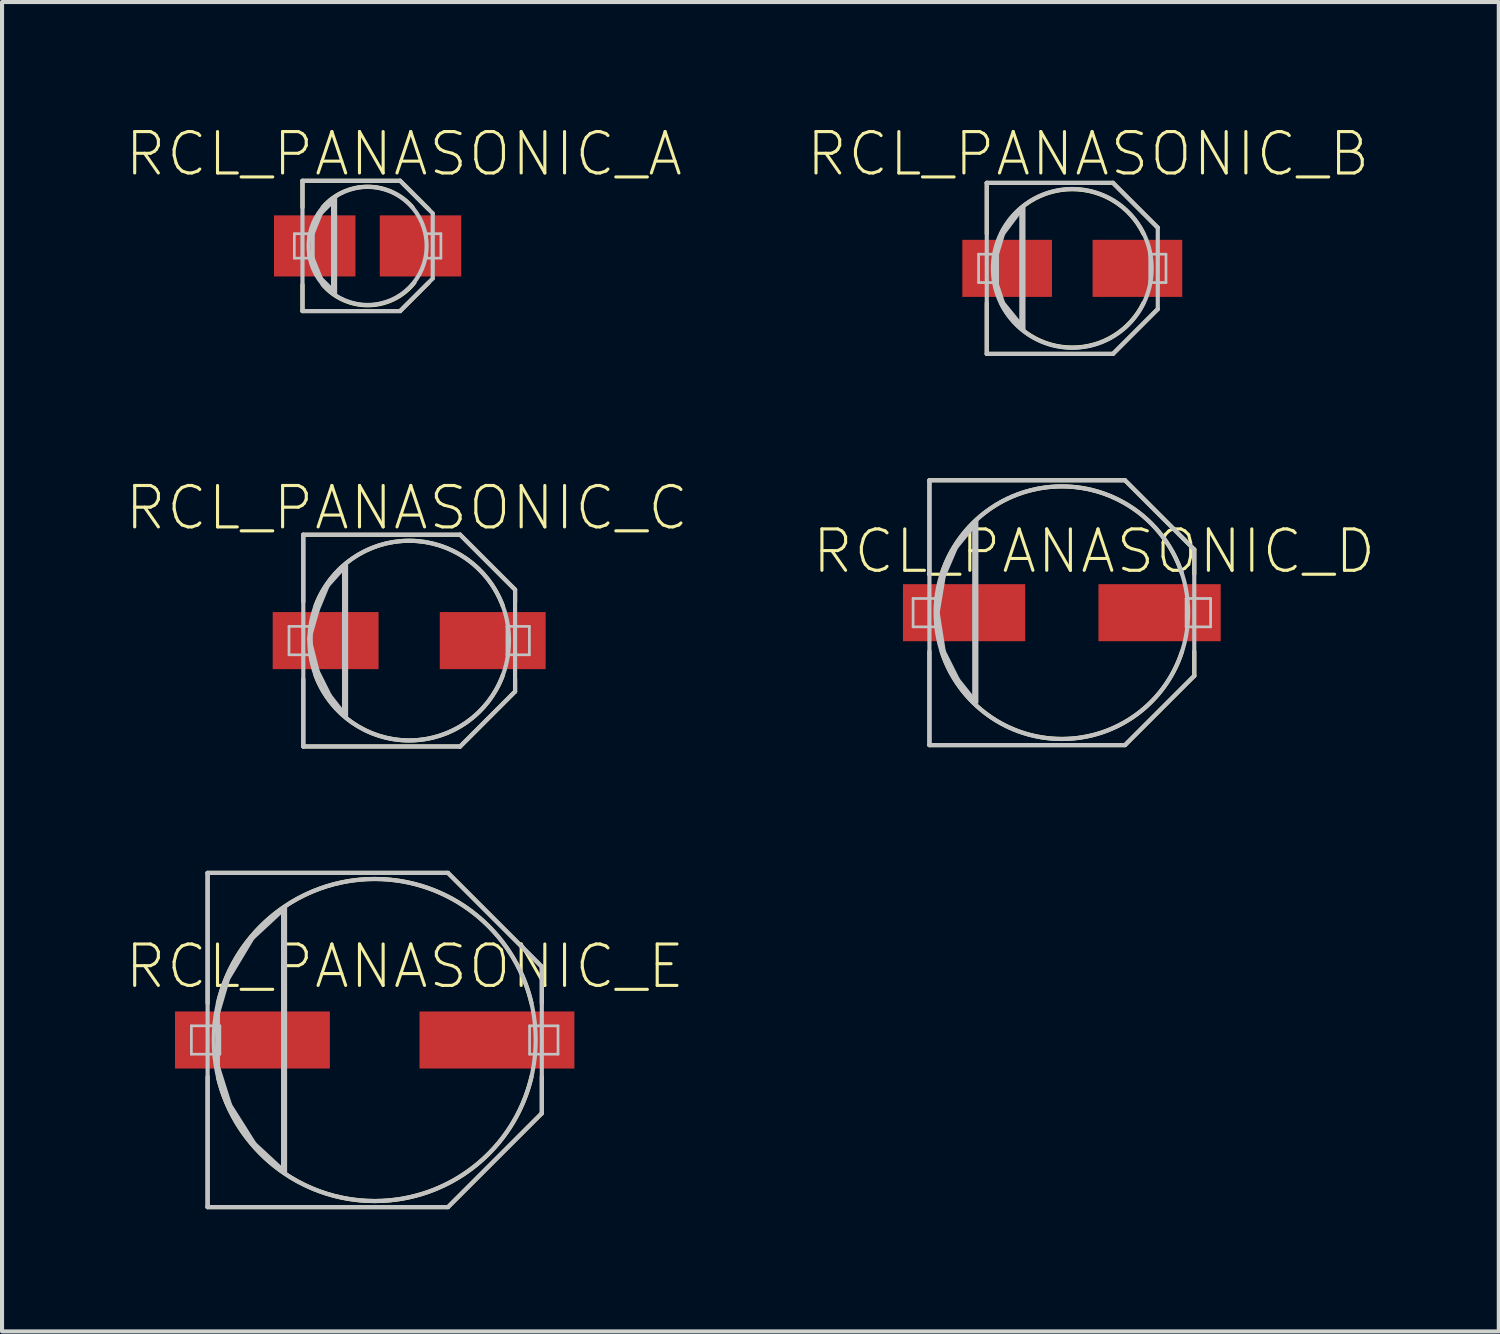
<source format=kicad_pcb>
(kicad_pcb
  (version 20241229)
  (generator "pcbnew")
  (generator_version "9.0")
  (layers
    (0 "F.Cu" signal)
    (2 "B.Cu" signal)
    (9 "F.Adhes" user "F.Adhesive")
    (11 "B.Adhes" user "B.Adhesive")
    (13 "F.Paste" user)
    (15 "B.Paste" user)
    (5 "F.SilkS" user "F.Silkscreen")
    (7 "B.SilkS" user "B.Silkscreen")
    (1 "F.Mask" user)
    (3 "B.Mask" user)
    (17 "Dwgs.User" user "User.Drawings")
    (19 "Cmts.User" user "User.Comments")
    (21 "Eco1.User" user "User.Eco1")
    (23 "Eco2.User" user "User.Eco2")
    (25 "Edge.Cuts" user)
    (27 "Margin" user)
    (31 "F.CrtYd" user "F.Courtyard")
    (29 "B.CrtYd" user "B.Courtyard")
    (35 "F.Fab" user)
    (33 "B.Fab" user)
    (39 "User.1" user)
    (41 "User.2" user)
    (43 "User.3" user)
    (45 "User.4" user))
  (footprint "RCL_PANASONIC_E"
    (layer "F.Cu")
    (at 6.144 22.468)
    (property "Reference" "RCL_PANASONIC_E" (at 0.739 -1.806 0) (layer "F.SilkS") (effects (font (size 1.016 1.016) (thickness 0.076))))
    (attr smd)
    (fp_line (start -4.1 -4.1) (end 1.798 -4.1) (stroke (width 0.102) (type solid)) (layer "F.SilkS"))
    (fp_line (start -4.1 -0.899) (end -4.1 -4.1) (stroke (width 0.102) (type solid)) (layer "F.SilkS"))
    (fp_line (start -4.1 4.1) (end -4.1 0.899) (stroke (width 0.102) (type solid)) (layer "F.SilkS"))
    (fp_line (start 1.798 -4.1) (end 4.1 -1.798) (stroke (width 0.102) (type solid)) (layer "F.SilkS"))
    (fp_line (start 1.798 4.1) (end -4.1 4.1) (stroke (width 0.102) (type solid)) (layer "F.SilkS"))
    (fp_line (start 4.1 -1.798) (end 4.1 -0.899) (stroke (width 0.102) (type solid)) (layer "F.SilkS"))
    (fp_line (start 4.1 0.899) (end 4.1 1.798) (stroke (width 0.102) (type solid)) (layer "F.SilkS"))
    (fp_line (start 4.1 1.798) (end 1.798 4.1) (stroke (width 0.102) (type solid)) (layer "F.SilkS"))
    (fp_arc (start -3.8481 -0.89916) (mid -0.003314 -3.951753) (end 3.846587 -0.905612) (stroke (width 0.1016) (type solid)) (layer "F.SilkS"))
    (fp_arc (start 3.8481 0.89916) (mid 0.003314 3.951753) (end -3.846587 0.905612) (stroke (width 0.1016) (type solid)) (layer "F.SilkS"))
    (fp_line (start -4.498 -0.348) (end -3.8 -0.348) (stroke (width 0.066) (type solid)) (layer "Dwgs.User"))
    (fp_line (start -4.498 0.348) (end -4.498 -0.348) (stroke (width 0.066) (type solid)) (layer "Dwgs.User"))
    (fp_line (start -4.498 0.348) (end -3.8 0.348) (stroke (width 0.066) (type solid)) (layer "Dwgs.User"))
    (fp_line (start -4.1 -4.1) (end 1.798 -4.1) (stroke (width 0.102) (type solid)) (layer "Dwgs.User"))
    (fp_line (start -4.1 4.1) (end -4.1 -4.1) (stroke (width 0.102) (type solid)) (layer "Dwgs.User"))
    (fp_line (start -3.848 -0.648) (end -3.848 0.648) (stroke (width 0.102) (type solid)) (layer "Dwgs.User"))
    (fp_line (start -3.848 0.648) (end -3.548 1.598) (stroke (width 0.102) (type solid)) (layer "Dwgs.User"))
    (fp_line (start -3.8 0.348) (end -3.8 -0.348) (stroke (width 0.066) (type solid)) (layer "Dwgs.User"))
    (fp_line (start -3.599 -1.499) (end -3.848 -0.648) (stroke (width 0.102) (type solid)) (layer "Dwgs.User"))
    (fp_line (start -3.548 1.598) (end -2.949 2.548) (stroke (width 0.102) (type solid)) (layer "Dwgs.User"))
    (fp_line (start -3 -2.499) (end -3.599 -1.499) (stroke (width 0.102) (type solid)) (layer "Dwgs.User"))
    (fp_line (start -2.949 2.548) (end -2.248 3.198) (stroke (width 0.102) (type solid)) (layer "Dwgs.User"))
    (fp_line (start -2.248 -3.198) (end -3 -2.499) (stroke (width 0.102) (type solid)) (layer "Dwgs.User"))
    (fp_line (start -2.248 -3.15) (end -2.248 -3.198) (stroke (width 0.102) (type solid)) (layer "Dwgs.User"))
    (fp_line (start -2.248 3.198) (end -2.248 -3.15) (stroke (width 0.102) (type solid)) (layer "Dwgs.User"))
    (fp_line (start -2.2 -3.249) (end -2.2 3.249) (stroke (width 0.102) (type solid)) (layer "Dwgs.User"))
    (fp_line (start 1.798 -4.1) (end 4.1 -1.798) (stroke (width 0.102) (type solid)) (layer "Dwgs.User"))
    (fp_line (start 1.798 4.1) (end -4.1 4.1) (stroke (width 0.102) (type solid)) (layer "Dwgs.User"))
    (fp_line (start 3.8 -0.348) (end 4.498 -0.348) (stroke (width 0.066) (type solid)) (layer "Dwgs.User"))
    (fp_line (start 3.8 0.348) (end 3.8 -0.348) (stroke (width 0.066) (type solid)) (layer "Dwgs.User"))
    (fp_line (start 3.8 0.348) (end 4.498 0.348) (stroke (width 0.066) (type solid)) (layer "Dwgs.User"))
    (fp_line (start 4.1 -1.798) (end 4.1 1.798) (stroke (width 0.102) (type solid)) (layer "Dwgs.User"))
    (fp_line (start 4.1 1.798) (end 1.798 4.1) (stroke (width 0.102) (type solid)) (layer "Dwgs.User"))
    (fp_line (start 4.498 0.348) (end 4.498 -0.348) (stroke (width 0.066) (type solid)) (layer "Dwgs.User"))
    (fp_circle (center 0 0) (end 0 -3.95) (stroke (width 0.102) (type solid)) (fill no) (layer "Dwgs.User"))
    (pad "+" smd rect (at 3 0) (size 3.8 1.4) (layers "F.Cu" "F.Mask" "F.Paste"))
    (pad "-" smd rect (at -3 0) (size 3.8 1.4) (layers "F.Cu" "F.Mask" "F.Paste")))
  (footprint "RCL_PANASONIC_D"
    (layer "F.Cu")
    (at 23.004 11.983)
    (property "Reference" "RCL_PANASONIC_D" (at 0.79 -1.506 0) (layer "F.SilkS") (effects (font (size 1.016 1.016) (thickness 0.076))))
    (attr smd)
    (fp_line (start -3.249 -3.249) (end 1.549 -3.249) (stroke (width 0.102) (type solid)) (layer "F.SilkS"))
    (fp_line (start -3.249 -0.95) (end -3.249 -3.249) (stroke (width 0.102) (type solid)) (layer "F.SilkS"))
    (fp_line (start -3.249 3.249) (end -3.249 0.95) (stroke (width 0.102) (type solid)) (layer "F.SilkS"))
    (fp_line (start 1.549 -3.249) (end 3.249 -1.549) (stroke (width 0.102) (type solid)) (layer "F.SilkS"))
    (fp_line (start 1.549 3.249) (end -3.249 3.249) (stroke (width 0.102) (type solid)) (layer "F.SilkS"))
    (fp_line (start 3.249 -1.549) (end 3.249 -0.95) (stroke (width 0.102) (type solid)) (layer "F.SilkS"))
    (fp_line (start 3.249 0.95) (end 3.249 1.549) (stroke (width 0.102) (type solid)) (layer "F.SilkS"))
    (fp_line (start 3.249 1.549) (end 1.549 3.249) (stroke (width 0.102) (type solid)) (layer "F.SilkS"))
    (fp_arc (start -2.94894 -0.94996) (mid -0.0024 -3.098171) (end 2.947465 -0.954527) (stroke (width 0.1016) (type solid)) (layer "F.SilkS"))
    (fp_arc (start 2.94894 0.94996) (mid 0.0024 3.098171) (end -2.947465 0.954527) (stroke (width 0.1016) (type solid)) (layer "F.SilkS"))
    (fp_line (start -3.65 -0.348) (end -3.048 -0.348) (stroke (width 0.066) (type solid)) (layer "Dwgs.User"))
    (fp_line (start -3.65 0.348) (end -3.65 -0.348) (stroke (width 0.066) (type solid)) (layer "Dwgs.User"))
    (fp_line (start -3.65 0.348) (end -3.048 0.348) (stroke (width 0.066) (type solid)) (layer "Dwgs.User"))
    (fp_line (start -3.249 -3.249) (end 1.549 -3.249) (stroke (width 0.102) (type solid)) (layer "Dwgs.User"))
    (fp_line (start -3.249 3.249) (end -3.249 -3.249) (stroke (width 0.102) (type solid)) (layer "Dwgs.User"))
    (fp_line (start -3.048 0) (end -2.898 0.95) (stroke (width 0.102) (type solid)) (layer "Dwgs.User"))
    (fp_line (start -3.048 0.348) (end -3.048 -0.348) (stroke (width 0.066) (type solid)) (layer "Dwgs.User"))
    (fp_line (start -2.898 -0.899) (end -3.048 0) (stroke (width 0.102) (type solid)) (layer "Dwgs.User"))
    (fp_line (start -2.898 0.95) (end -2.548 1.648) (stroke (width 0.102) (type solid)) (layer "Dwgs.User"))
    (fp_line (start -2.598 -1.598) (end -2.898 -0.899) (stroke (width 0.102) (type solid)) (layer "Dwgs.User"))
    (fp_line (start -2.548 1.648) (end -2.149 2.149) (stroke (width 0.102) (type solid)) (layer "Dwgs.User"))
    (fp_line (start -2.149 -2.149) (end -2.598 -1.598) (stroke (width 0.102) (type solid)) (layer "Dwgs.User"))
    (fp_line (start -2.149 -2.098) (end -2.149 -2.149) (stroke (width 0.102) (type solid)) (layer "Dwgs.User"))
    (fp_line (start -2.149 2.149) (end -2.149 -2.098) (stroke (width 0.102) (type solid)) (layer "Dwgs.User"))
    (fp_line (start -2.098 -2.248) (end -2.098 2.2) (stroke (width 0.102) (type solid)) (layer "Dwgs.User"))
    (fp_line (start 1.549 -3.249) (end 3.249 -1.549) (stroke (width 0.102) (type solid)) (layer "Dwgs.User"))
    (fp_line (start 1.549 3.249) (end -3.249 3.249) (stroke (width 0.102) (type solid)) (layer "Dwgs.User"))
    (fp_line (start 3.048 -0.348) (end 3.65 -0.348) (stroke (width 0.066) (type solid)) (layer "Dwgs.User"))
    (fp_line (start 3.048 0.348) (end 3.048 -0.348) (stroke (width 0.066) (type solid)) (layer "Dwgs.User"))
    (fp_line (start 3.048 0.348) (end 3.65 0.348) (stroke (width 0.066) (type solid)) (layer "Dwgs.User"))
    (fp_line (start 3.249 -1.549) (end 3.249 1.549) (stroke (width 0.102) (type solid)) (layer "Dwgs.User"))
    (fp_line (start 3.249 1.549) (end 1.549 3.249) (stroke (width 0.102) (type solid)) (layer "Dwgs.User"))
    (fp_line (start 3.65 0.348) (end 3.65 -0.348) (stroke (width 0.066) (type solid)) (layer "Dwgs.User"))
    (fp_circle (center 0 0) (end 0 -3.099) (stroke (width 0.102) (type solid)) (fill no) (layer "Dwgs.User"))
    (pad "+" smd rect (at 2.398 0) (size 3 1.4) (layers "F.Cu" "F.Mask" "F.Paste"))
    (pad "-" smd rect (at -2.398 0) (size 3 1.4) (layers "F.Cu" "F.Mask" "F.Paste")))
  (footprint "RCL_PANASONIC_B"
    (layer "F.Cu")
    (at 23.26 3.535)
    (property "Reference" "RCL_PANASONIC_B" (at 0.389 -2.807 0) (layer "F.SilkS") (effects (font (size 1.016 1.016) (thickness 0.076))))
    (attr smd)
    (fp_line (start -2.098 -2.098) (end 0.998 -2.098) (stroke (width 0.102) (type solid)) (layer "F.SilkS"))
    (fp_line (start -2.098 -0.848) (end -2.098 -2.098) (stroke (width 0.102) (type solid)) (layer "F.SilkS"))
    (fp_line (start -2.098 2.098) (end -2.098 0.848) (stroke (width 0.102) (type solid)) (layer "F.SilkS"))
    (fp_line (start 0.998 -2.098) (end 2.098 -0.998) (stroke (width 0.102) (type solid)) (layer "F.SilkS"))
    (fp_line (start 0.998 2.098) (end -2.098 2.098) (stroke (width 0.102) (type solid)) (layer "F.SilkS"))
    (fp_line (start 2.098 0.998) (end 0.998 2.098) (stroke (width 0.102) (type solid)) (layer "F.SilkS"))
    (fp_arc (start -1.74752 -0.84836) (mid -0.001866 -1.942559) (end 1.745887 -0.851716) (stroke (width 0.1016) (type solid)) (layer "F.SilkS"))
    (fp_arc (start 1.74752 0.84836) (mid 0.001866 1.942559) (end -1.745887 0.851716) (stroke (width 0.1016) (type solid)) (layer "F.SilkS"))
    (fp_line (start -2.299 -0.348) (end -1.849 -0.348) (stroke (width 0.066) (type solid)) (layer "Dwgs.User"))
    (fp_line (start -2.299 0.348) (end -2.299 -0.348) (stroke (width 0.066) (type solid)) (layer "Dwgs.User"))
    (fp_line (start -2.299 0.348) (end -1.849 0.348) (stroke (width 0.066) (type solid)) (layer "Dwgs.User"))
    (fp_line (start -2.098 -2.098) (end 0.998 -2.098) (stroke (width 0.102) (type solid)) (layer "Dwgs.User"))
    (fp_line (start -2.098 2.098) (end -2.098 -2.098) (stroke (width 0.102) (type solid)) (layer "Dwgs.User"))
    (fp_line (start -1.849 -0.348) (end -1.849 0.399) (stroke (width 0.102) (type solid)) (layer "Dwgs.User"))
    (fp_line (start -1.849 0.348) (end -1.849 -0.348) (stroke (width 0.066) (type solid)) (layer "Dwgs.User"))
    (fp_line (start -1.849 0.399) (end -1.699 0.848) (stroke (width 0.102) (type solid)) (layer "Dwgs.User"))
    (fp_line (start -1.699 -0.848) (end -1.849 -0.348) (stroke (width 0.102) (type solid)) (layer "Dwgs.User"))
    (fp_line (start -1.699 0.848) (end -1.25 1.4) (stroke (width 0.102) (type solid)) (layer "Dwgs.User"))
    (fp_line (start -1.25 -1.448) (end -1.699 -0.848) (stroke (width 0.102) (type solid)) (layer "Dwgs.User"))
    (fp_line (start -1.25 -1.4) (end -1.25 -1.448) (stroke (width 0.102) (type solid)) (layer "Dwgs.User"))
    (fp_line (start -1.25 1.4) (end -1.25 -1.4) (stroke (width 0.102) (type solid)) (layer "Dwgs.User"))
    (fp_line (start -1.199 -1.499) (end -1.199 1.499) (stroke (width 0.102) (type solid)) (layer "Dwgs.User"))
    (fp_line (start 0.998 -2.098) (end 2.098 -0.998) (stroke (width 0.102) (type solid)) (layer "Dwgs.User"))
    (fp_line (start 0.998 2.098) (end -2.098 2.098) (stroke (width 0.102) (type solid)) (layer "Dwgs.User"))
    (fp_line (start 1.9 -0.348) (end 2.299 -0.348) (stroke (width 0.066) (type solid)) (layer "Dwgs.User"))
    (fp_line (start 1.9 0.348) (end 1.9 -0.348) (stroke (width 0.066) (type solid)) (layer "Dwgs.User"))
    (fp_line (start 1.9 0.348) (end 2.299 0.348) (stroke (width 0.066) (type solid)) (layer "Dwgs.User"))
    (fp_line (start 2.098 -0.998) (end 2.098 0.998) (stroke (width 0.102) (type solid)) (layer "Dwgs.User"))
    (fp_line (start 2.098 0.998) (end 0.998 2.098) (stroke (width 0.102) (type solid)) (layer "Dwgs.User"))
    (fp_line (start 2.299 0.348) (end 2.299 -0.348) (stroke (width 0.066) (type solid)) (layer "Dwgs.User"))
    (fp_circle (center 0 0) (end 0 -1.948) (stroke (width 0.102) (type solid)) (fill no) (layer "Dwgs.User"))
    (pad "+" smd rect (at 1.598 0) (size 2.2 1.4) (layers "F.Cu" "F.Mask" "F.Paste"))
    (pad "-" smd rect (at -1.598 0) (size 2.2 1.4) (layers "F.Cu" "F.Mask" "F.Paste")))
  (footprint "RCL_PANASONIC_C"
    (layer "F.Cu")
    (at 6.99 12.668)
    (property "Reference" "RCL_PANASONIC_C" (at -0.058 -3.256 0) (layer "F.SilkS") (effects (font (size 1.016 1.016) (thickness 0.076))))
    (attr smd)
    (fp_line (start -2.598 -2.598) (end 1.25 -2.598) (stroke (width 0.102) (type solid)) (layer "F.SilkS"))
    (fp_line (start -2.598 -0.95) (end -2.598 -2.598) (stroke (width 0.102) (type solid)) (layer "F.SilkS"))
    (fp_line (start -2.598 2.598) (end -2.598 0.95) (stroke (width 0.102) (type solid)) (layer "F.SilkS"))
    (fp_line (start 1.25 -2.598) (end 2.598 -1.25) (stroke (width 0.102) (type solid)) (layer "F.SilkS"))
    (fp_line (start 1.25 2.598) (end -2.598 2.598) (stroke (width 0.102) (type solid)) (layer "F.SilkS"))
    (fp_line (start 2.598 -1.25) (end 2.598 -0.95) (stroke (width 0.102) (type solid)) (layer "F.SilkS"))
    (fp_line (start 2.598 0.95) (end 2.598 1.25) (stroke (width 0.102) (type solid)) (layer "F.SilkS"))
    (fp_line (start 2.598 1.25) (end 1.25 2.598) (stroke (width 0.102) (type solid)) (layer "F.SilkS"))
    (fp_arc (start -2.2987 -0.84836) (mid -0.001833 -2.450252) (end 2.297428 -0.851799) (stroke (width 0.1016) (type solid)) (layer "F.SilkS"))
    (fp_arc (start 2.2987 0.84836) (mid 0.001833 2.450252) (end -2.297428 0.851799) (stroke (width 0.1016) (type solid)) (layer "F.SilkS"))
    (fp_line (start -2.949 -0.348) (end -2.398 -0.348) (stroke (width 0.066) (type solid)) (layer "Dwgs.User"))
    (fp_line (start -2.949 0.348) (end -2.949 -0.348) (stroke (width 0.066) (type solid)) (layer "Dwgs.User"))
    (fp_line (start -2.949 0.348) (end -2.398 0.348) (stroke (width 0.066) (type solid)) (layer "Dwgs.User"))
    (fp_line (start -2.598 -2.598) (end 1.25 -2.598) (stroke (width 0.102) (type solid)) (layer "Dwgs.User"))
    (fp_line (start -2.598 2.598) (end -2.598 -2.598) (stroke (width 0.102) (type solid)) (layer "Dwgs.User"))
    (fp_line (start -2.449 -0.048) (end -2.248 0.749) (stroke (width 0.102) (type solid)) (layer "Dwgs.User"))
    (fp_line (start -2.398 0.348) (end -2.398 -0.348) (stroke (width 0.066) (type solid)) (layer "Dwgs.User"))
    (fp_line (start -2.248 -0.749) (end -2.449 -0.048) (stroke (width 0.102) (type solid)) (layer "Dwgs.User"))
    (fp_line (start -2.248 0.749) (end -1.948 1.349) (stroke (width 0.102) (type solid)) (layer "Dwgs.User"))
    (fp_line (start -1.999 -1.349) (end -2.248 -0.749) (stroke (width 0.102) (type solid)) (layer "Dwgs.User"))
    (fp_line (start -1.948 1.349) (end -1.598 1.798) (stroke (width 0.102) (type solid)) (layer "Dwgs.User"))
    (fp_line (start -1.598 -1.798) (end -1.999 -1.349) (stroke (width 0.102) (type solid)) (layer "Dwgs.User"))
    (fp_line (start -1.598 1.798) (end -1.598 -1.798) (stroke (width 0.102) (type solid)) (layer "Dwgs.User"))
    (fp_line (start -1.549 -1.849) (end -1.549 1.849) (stroke (width 0.102) (type solid)) (layer "Dwgs.User"))
    (fp_line (start 1.25 -2.598) (end 2.598 -1.25) (stroke (width 0.102) (type solid)) (layer "Dwgs.User"))
    (fp_line (start 1.25 2.598) (end -2.598 2.598) (stroke (width 0.102) (type solid)) (layer "Dwgs.User"))
    (fp_line (start 2.398 -0.348) (end 2.949 -0.348) (stroke (width 0.066) (type solid)) (layer "Dwgs.User"))
    (fp_line (start 2.398 0.348) (end 2.398 -0.348) (stroke (width 0.066) (type solid)) (layer "Dwgs.User"))
    (fp_line (start 2.398 0.348) (end 2.949 0.348) (stroke (width 0.066) (type solid)) (layer "Dwgs.User"))
    (fp_line (start 2.598 -1.25) (end 2.598 1.25) (stroke (width 0.102) (type solid)) (layer "Dwgs.User"))
    (fp_line (start 2.598 1.25) (end 1.25 2.598) (stroke (width 0.102) (type solid)) (layer "Dwgs.User"))
    (fp_line (start 2.949 0.348) (end 2.949 -0.348) (stroke (width 0.066) (type solid)) (layer "Dwgs.User"))
    (fp_circle (center 0 0) (end 0 -2.449) (stroke (width 0.102) (type solid)) (fill no) (layer "Dwgs.User"))
    (pad "+" smd rect (at 2.05 0) (size 2.598 1.4) (layers "F.Cu" "F.Mask" "F.Paste"))
    (pad "-" smd rect (at -2.05 0) (size 2.598 1.4) (layers "F.Cu" "F.Mask" "F.Paste")))
  (footprint "RCL_PANASONIC_A"
    (layer "F.Cu")
    (at 5.97 2.984)
    (property "Reference" "RCL_PANASONIC_A" (at 0.889 -2.256 0) (layer "F.SilkS") (effects (font (size 1.016 1.016) (thickness 0.076))))
    (attr smd)
    (fp_line (start -1.598 -1.598) (end 0.798 -1.598) (stroke (width 0.102) (type solid)) (layer "F.SilkS"))
    (fp_line (start -1.598 -0.95) (end -1.598 -1.598) (stroke (width 0.102) (type solid)) (layer "F.SilkS"))
    (fp_line (start -1.598 1.598) (end -1.598 0.95) (stroke (width 0.102) (type solid)) (layer "F.SilkS"))
    (fp_line (start 0.798 -1.598) (end 1.499 -0.899) (stroke (width 0.102) (type solid)) (layer "F.SilkS"))
    (fp_line (start 0.798 1.598) (end -1.598 1.598) (stroke (width 0.102) (type solid)) (layer "F.SilkS"))
    (fp_line (start 1.499 0.899) (end 0.798 1.598) (stroke (width 0.102) (type solid)) (layer "F.SilkS"))
    (fp_arc (start -1.09982 -0.94996) (mid -0.000798 -1.453282) (end 1.098776 -0.951168) (stroke (width 0.1016) (type solid)) (layer "F.SilkS"))
    (fp_arc (start 1.14808 0.89916) (mid 0.036109 1.455893) (end -1.100341 0.951002) (stroke (width 0.1016) (type solid)) (layer "F.SilkS"))
    (fp_line (start -1.798 -0.3) (end -1.448 -0.3) (stroke (width 0.066) (type solid)) (layer "Dwgs.User"))
    (fp_line (start -1.798 0.3) (end -1.798 -0.3) (stroke (width 0.066) (type solid)) (layer "Dwgs.User"))
    (fp_line (start -1.798 0.3) (end -1.448 0.3) (stroke (width 0.066) (type solid)) (layer "Dwgs.User"))
    (fp_line (start -1.598 -1.598) (end 0.798 -1.598) (stroke (width 0.102) (type solid)) (layer "Dwgs.User"))
    (fp_line (start -1.598 1.598) (end -1.598 -1.598) (stroke (width 0.102) (type solid)) (layer "Dwgs.User"))
    (fp_line (start -1.448 0.3) (end -1.448 -0.3) (stroke (width 0.066) (type solid)) (layer "Dwgs.User"))
    (fp_line (start -1.349 -0.3) (end -1.349 0.3) (stroke (width 0.102) (type solid)) (layer "Dwgs.User"))
    (fp_line (start -1.349 0.3) (end -1.148 0.798) (stroke (width 0.102) (type solid)) (layer "Dwgs.User"))
    (fp_line (start -1.148 -0.798) (end -1.349 -0.3) (stroke (width 0.102) (type solid)) (layer "Dwgs.User"))
    (fp_line (start -1.148 0.798) (end -0.848 1.1) (stroke (width 0.102) (type solid)) (layer "Dwgs.User"))
    (fp_line (start -0.848 -1.1) (end -1.148 -0.798) (stroke (width 0.102) (type solid)) (layer "Dwgs.User"))
    (fp_line (start -0.848 -1.049) (end -0.848 -1.1) (stroke (width 0.102) (type solid)) (layer "Dwgs.User"))
    (fp_line (start -0.848 1.1) (end -0.848 -1.049) (stroke (width 0.102) (type solid)) (layer "Dwgs.User"))
    (fp_line (start -0.798 -1.199) (end -0.798 1.199) (stroke (width 0.102) (type solid)) (layer "Dwgs.User"))
    (fp_line (start 0.798 -1.598) (end 1.598 -0.798) (stroke (width 0.102) (type solid)) (layer "Dwgs.User"))
    (fp_line (start 0.798 1.598) (end -1.598 1.598) (stroke (width 0.102) (type solid)) (layer "Dwgs.User"))
    (fp_line (start 1.448 -0.3) (end 1.798 -0.3) (stroke (width 0.066) (type solid)) (layer "Dwgs.User"))
    (fp_line (start 1.448 0.3) (end 1.448 -0.3) (stroke (width 0.066) (type solid)) (layer "Dwgs.User"))
    (fp_line (start 1.448 0.3) (end 1.798 0.3) (stroke (width 0.066) (type solid)) (layer "Dwgs.User"))
    (fp_line (start 1.598 -0.798) (end 1.598 0.798) (stroke (width 0.102) (type solid)) (layer "Dwgs.User"))
    (fp_line (start 1.598 0.798) (end 0.798 1.598) (stroke (width 0.102) (type solid)) (layer "Dwgs.User"))
    (fp_line (start 1.798 0.3) (end 1.798 -0.3) (stroke (width 0.066) (type solid)) (layer "Dwgs.User"))
    (fp_circle (center 0 0) (end 0 -1.448) (stroke (width 0.102) (type solid)) (fill no) (layer "Dwgs.User"))
    (pad "+" smd rect (at 1.298 0) (size 1.999 1.499) (layers "F.Cu" "F.Mask" "F.Paste"))
    (pad "-" smd rect (at -1.298 0) (size 1.999 1.499) (layers "F.Cu" "F.Mask" "F.Paste")))
  (gr_rect
    (start -3 -3)
    (end 33.725 29.618)
    (stroke (width 0.1) (type default))
    (fill no)
    (layer "Edge.Cuts")))
</source>
